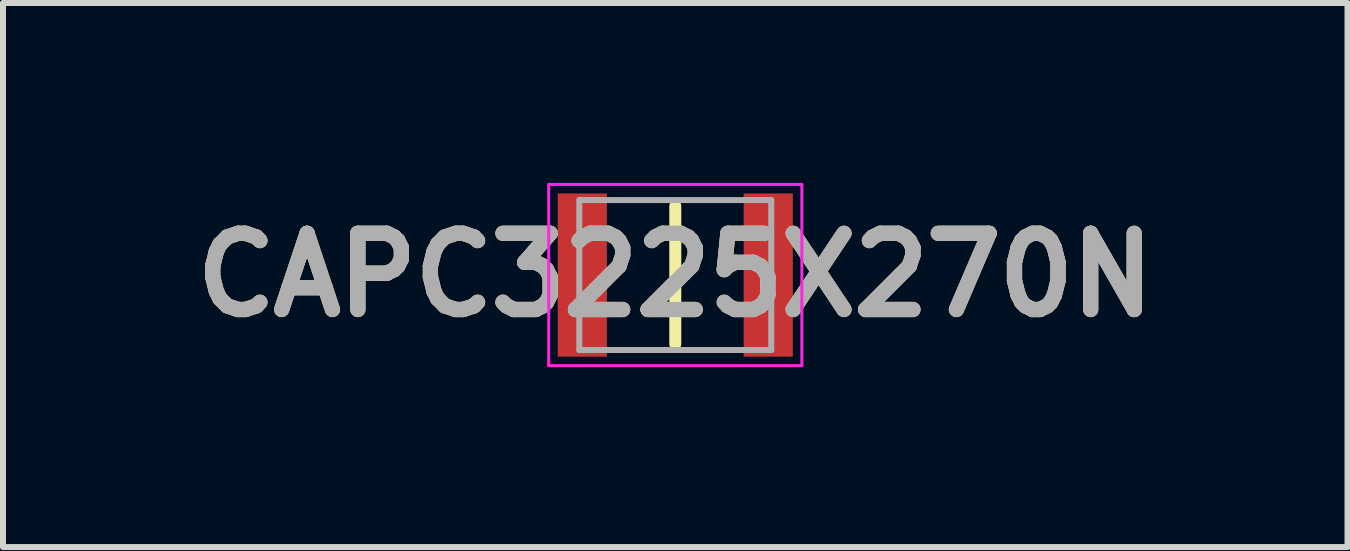
<source format=kicad_pcb>
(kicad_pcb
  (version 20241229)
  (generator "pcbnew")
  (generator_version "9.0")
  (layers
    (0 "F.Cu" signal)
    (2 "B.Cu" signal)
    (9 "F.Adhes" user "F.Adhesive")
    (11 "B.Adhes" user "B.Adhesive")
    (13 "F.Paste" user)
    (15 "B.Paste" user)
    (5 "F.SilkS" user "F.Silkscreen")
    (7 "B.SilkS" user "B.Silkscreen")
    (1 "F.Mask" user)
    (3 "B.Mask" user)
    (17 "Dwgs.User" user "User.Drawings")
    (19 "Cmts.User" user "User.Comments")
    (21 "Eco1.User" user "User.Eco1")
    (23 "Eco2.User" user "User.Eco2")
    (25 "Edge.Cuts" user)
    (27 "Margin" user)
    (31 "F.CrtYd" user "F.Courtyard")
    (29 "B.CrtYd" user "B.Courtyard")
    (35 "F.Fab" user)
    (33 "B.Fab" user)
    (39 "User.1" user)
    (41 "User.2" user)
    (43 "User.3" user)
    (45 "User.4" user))
  (footprint "CAPC3225X270N"
    (layer "F.Cu")
    (at 8.207 1.535)
    (property "Reference" "CAPC3225X270N" (at 0 0 0) (layer "F.SilkS") (effects (font (size 1.27 1.27) (thickness 0.254))))
    (attr smd)
    (fp_line (start 0 -1.15) (end 0 1.15) (stroke (width 0.2) (type solid)) (layer "F.SilkS"))
    (fp_line (start -2.11 -1.51) (end 2.11 -1.51) (stroke (width 0.05) (type solid)) (layer "F.CrtYd"))
    (fp_line (start -2.11 1.51) (end -2.11 -1.51) (stroke (width 0.05) (type solid)) (layer "F.CrtYd"))
    (fp_line (start 2.11 -1.51) (end 2.11 1.51) (stroke (width 0.05) (type solid)) (layer "F.CrtYd"))
    (fp_line (start 2.11 1.51) (end -2.11 1.51) (stroke (width 0.05) (type solid)) (layer "F.CrtYd"))
    (fp_line (start -1.6 -1.25) (end 1.6 -1.25) (stroke (width 0.1) (type solid)) (layer "F.Fab"))
    (fp_line (start -1.6 1.25) (end -1.6 -1.25) (stroke (width 0.1) (type solid)) (layer "F.Fab"))
    (fp_line (start 1.6 -1.25) (end 1.6 1.25) (stroke (width 0.1) (type solid)) (layer "F.Fab"))
    (fp_line (start 1.6 1.25) (end -1.6 1.25) (stroke (width 0.1) (type solid)) (layer "F.Fab"))
    (fp_text user "${REFERENCE}" (at 0 0 0) (layer "F.Fab") (effects (font (size 1.27 1.27) (thickness 0.254))))
    (pad "1" smd rect (at -1.55 0) (size 0.82 2.72) (layers "F.Cu" "F.Mask" "F.Paste"))
    (pad "2" smd rect (at 1.55 0) (size 0.82 2.72) (layers "F.Cu" "F.Mask" "F.Paste")))
  (gr_rect
    (start -3 -3)
    (end 19.413 6.07)
    (stroke (width 0.1) (type default))
    (fill no)
    (layer "Edge.Cuts")))
</source>
